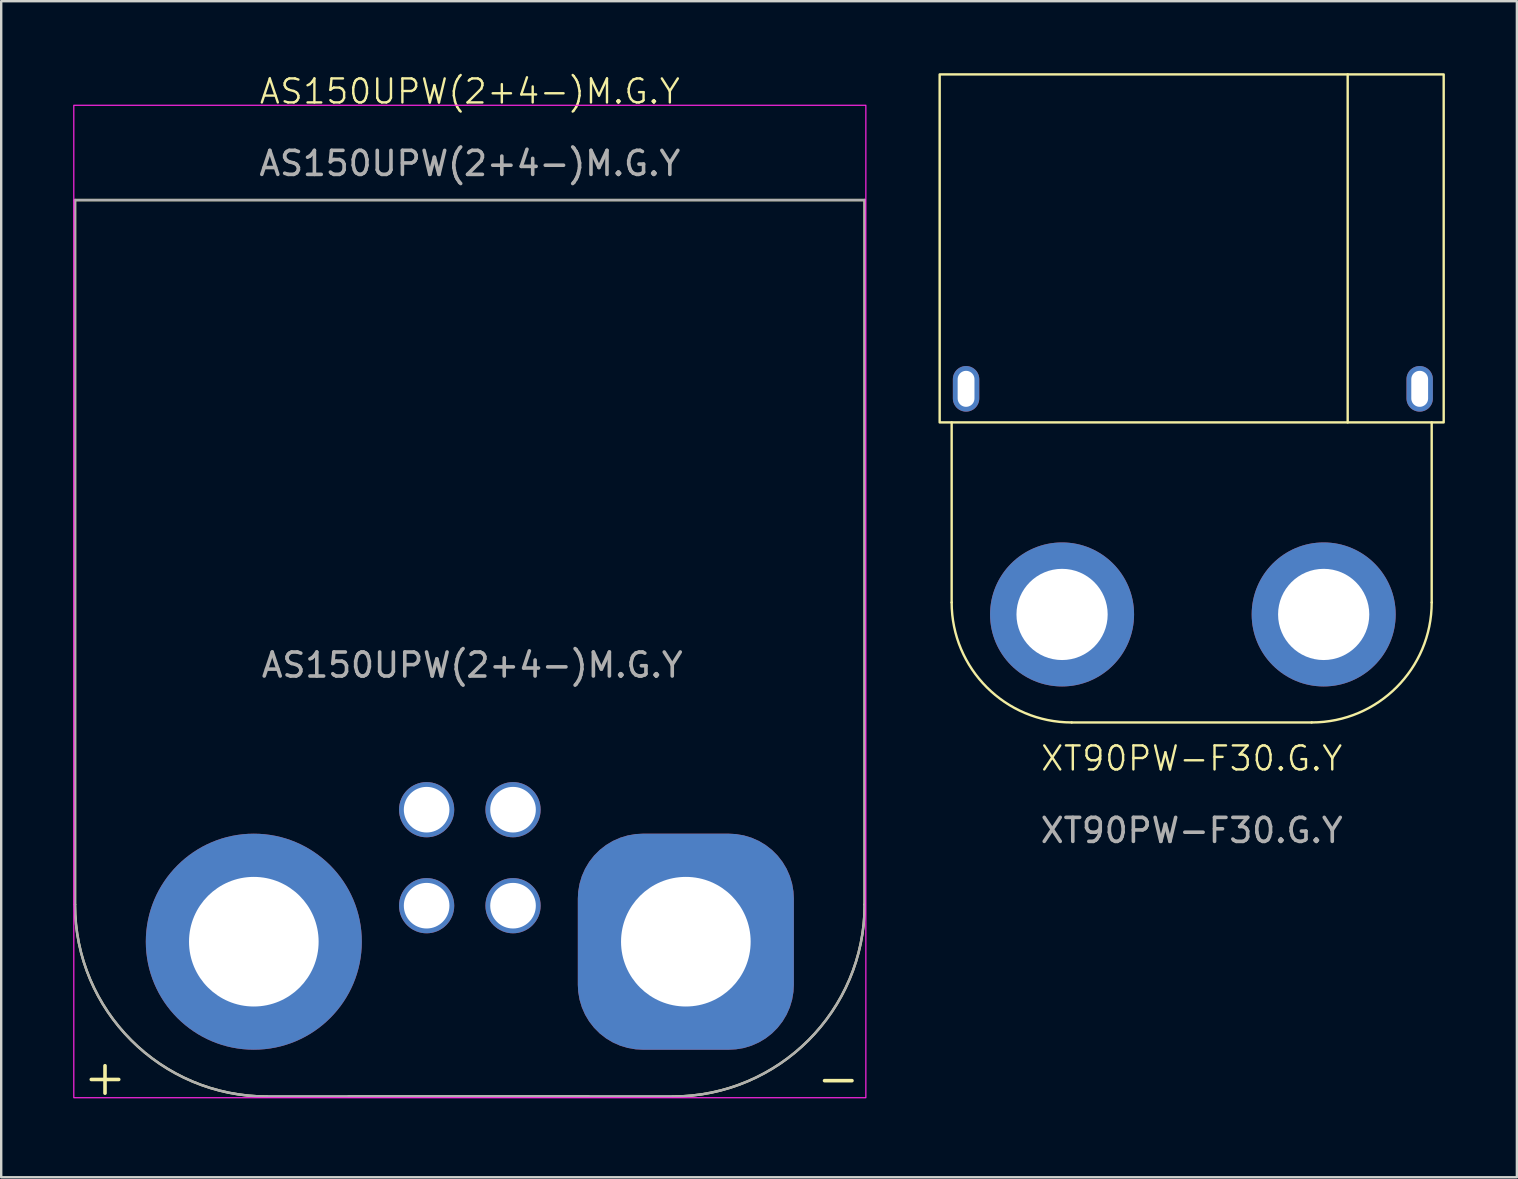
<source format=kicad_pcb>
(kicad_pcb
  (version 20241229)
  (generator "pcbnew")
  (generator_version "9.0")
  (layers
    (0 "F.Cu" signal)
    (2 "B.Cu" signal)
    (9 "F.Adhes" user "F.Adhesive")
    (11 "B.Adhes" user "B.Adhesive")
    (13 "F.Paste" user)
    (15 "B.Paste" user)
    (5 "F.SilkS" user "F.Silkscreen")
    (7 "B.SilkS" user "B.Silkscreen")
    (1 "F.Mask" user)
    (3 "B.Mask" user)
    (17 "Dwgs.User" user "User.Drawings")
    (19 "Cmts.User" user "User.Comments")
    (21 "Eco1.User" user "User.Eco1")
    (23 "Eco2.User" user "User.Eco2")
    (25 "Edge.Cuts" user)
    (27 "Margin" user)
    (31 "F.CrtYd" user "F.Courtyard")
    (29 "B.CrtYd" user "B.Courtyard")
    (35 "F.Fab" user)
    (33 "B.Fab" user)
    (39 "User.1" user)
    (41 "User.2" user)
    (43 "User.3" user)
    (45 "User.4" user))
  (footprint "XT90PW-F30.G.Y"
    (layer "F.Cu")
    (at 46.6 29.05)
    (property "Reference" "XT90PW-F30.G.Y" (at 0 -0.5 0) (unlocked yes) (layer "F.SilkS") (effects (font (size 1 1) (thickness 0.1))))
    (attr smd)
    (fp_line (start -10 -7) (end -10 -14.5) (stroke (width 0.1) (type default)) (layer "F.SilkS"))
    (fp_line (start 5 -2) (end -5 -2) (stroke (width 0.1) (type default)) (layer "F.SilkS"))
    (fp_line (start 6.5 -14.5) (end 6.5 -29) (stroke (width 0.1) (type default)) (layer "F.SilkS"))
    (fp_line (start 10 -14.5) (end 10 -7) (stroke (width 0.1) (type default)) (layer "F.SilkS"))
    (fp_rect (start -10.5 -29) (end 10.5 -14.5) (stroke (width 0.1) (type solid)) (fill no) (layer "F.SilkS"))
    (fp_arc (start -5 -2) (mid -8.535534 -3.464466) (end -10 -7) (stroke (width 0.1) (type default)) (layer "F.SilkS"))
    (fp_arc (start 10 -7) (mid 8.535534 -3.464466) (end 5 -2) (stroke (width 0.1) (type default)) (layer "F.SilkS"))
    (fp_text user "${REFERENCE}" (at 0 2.5 0) (unlocked yes) (layer "F.Fab") (effects (font (size 1 1) (thickness 0.15))))
    (pad "1" thru_hole circle (at -5.4 -6.5) (size 6 6) (drill 3.8) (layers "*.Cu" "*.Mask"))
    (pad "2" thru_hole circle (at 5.5 -6.5) (size 6 6) (drill 3.8) (layers "*.Cu" "*.Mask"))
    (pad "3" thru_hole oval (at -9.4 -15.9) (size 1.1 1.9) (drill oval 0.7 1.5) (layers "*.Cu" "*.Mask"))
    (pad "3" thru_hole oval (at 9.5 -15.9) (size 1.1 1.9) (drill oval 0.7 1.5) (layers "*.Cu" "*.Mask")))
  (footprint "AS150UPW(2+4-)M.G.Y"
    (layer "F.Cu")
    (at 16.525 1.26)
    (property "Reference" "AS150UPW(2+4-)M.G.Y" (at 0 -0.5 0) (unlocked yes) (layer "F.SilkS") (effects (font (size 1 1) (thickness 0.1))))
    (attr smd)
    (fp_line (start -16.45 4.025) (end 16.45 4.025) (stroke (width 0.1) (type default)) (layer "F.SilkS"))
    (fp_line (start -16.45 33.375) (end -16.45 4.025) (stroke (width 0.1) (type default)) (layer "F.SilkS"))
    (fp_line (start -5.05 41.375) (end 4.95 41.375) (stroke (width 0.12) (type solid)) (layer "F.SilkS"))
    (fp_line (start 16.45 4.025) (end 16.45 33.375) (stroke (width 0.1) (type default)) (layer "F.SilkS"))
    (fp_arc (start -8.45 41.375) (mid -14.106854 39.031854) (end -16.45 33.375) (stroke (width 0.1) (type default)) (layer "F.SilkS"))
    (fp_arc (start 16.45 33.375) (mid 14.106854 39.031854) (end 8.45 41.375) (stroke (width 0.1) (type default)) (layer "F.SilkS"))
    (fp_rect (start -16.5 0.075) (end 16.5 41.425) (stroke (width 0.05) (type default)) (fill no) (layer "F.CrtYd"))
    (fp_line (start -16.45 4.025) (end 16.45 4.025) (stroke (width 0.1) (type solid)) (layer "F.Fab"))
    (fp_line (start -16.45 33.375) (end -16.45 4.025) (stroke (width 0.1) (type solid)) (layer "F.Fab"))
    (fp_line (start -8.45 41.375) (end 8.45 41.375) (stroke (width 0.12) (type solid)) (layer "F.Fab"))
    (fp_line (start 16.45 4.025) (end 16.45 33.375) (stroke (width 0.1) (type solid)) (layer "F.Fab"))
    (fp_arc (start -8.45 41.375) (mid -14.106854 39.031854) (end -16.45 33.375) (stroke (width 0.1) (type solid)) (layer "F.Fab"))
    (fp_arc (start 16.45 33.375) (mid 14.106854 39.031854) (end 8.45 41.375) (stroke (width 0.1) (type solid)) (layer "F.Fab"))
    (fp_text user "-" (at 15.35 40.6 0) (layer "F.SilkS") (effects (font (size 1.5 1.5) (thickness 0.15))))
    (fp_text user "+" (at -15.2 40.55 0) (layer "F.SilkS") (effects (font (size 1.5 1.5) (thickness 0.15))))
    (fp_text user "${REFERENCE}" (at 0.1 23.4 0) (layer "F.Fab") (effects (font (size 1 1) (thickness 0.15))))
    (fp_text user "${REFERENCE}" (at 0 2.5 0) (unlocked yes) (layer "F.Fab") (effects (font (size 1 1) (thickness 0.15))))
    (pad "1" thru_hole roundrect (at 9 34.925) (size 9 9) (drill 5.4) (layers "*.Cu" "*.Mask") (roundrect_rratio 0.3))
    (pad "2" thru_hole circle (at -9 34.925) (size 9 9) (drill 5.4) (layers "*.Cu" "*.Mask"))
    (pad "MP" thru_hole circle (at -1.8 29.425) (size 2.3 2.3) (drill 1.9) (layers "*.Cu" "*.Mask"))
    (pad "MP" thru_hole circle (at -1.8 33.425 180) (size 2.3 2.3) (drill 1.9) (layers "*.Cu" "*.Mask"))
    (pad "MP" thru_hole circle (at 1.8 29.425) (size 2.3 2.3) (drill 1.9) (layers "*.Cu" "*.Mask"))
    (pad "MP" thru_hole circle (at 1.8 33.425 180) (size 2.3 2.3) (drill 1.9) (layers "*.Cu" "*.Mask")))
  (gr_rect
    (start -3 -3)
    (end 60.15 46.001)
    (stroke (width 0.1) (type default))
    (fill no)
    (layer "Edge.Cuts")))
</source>
